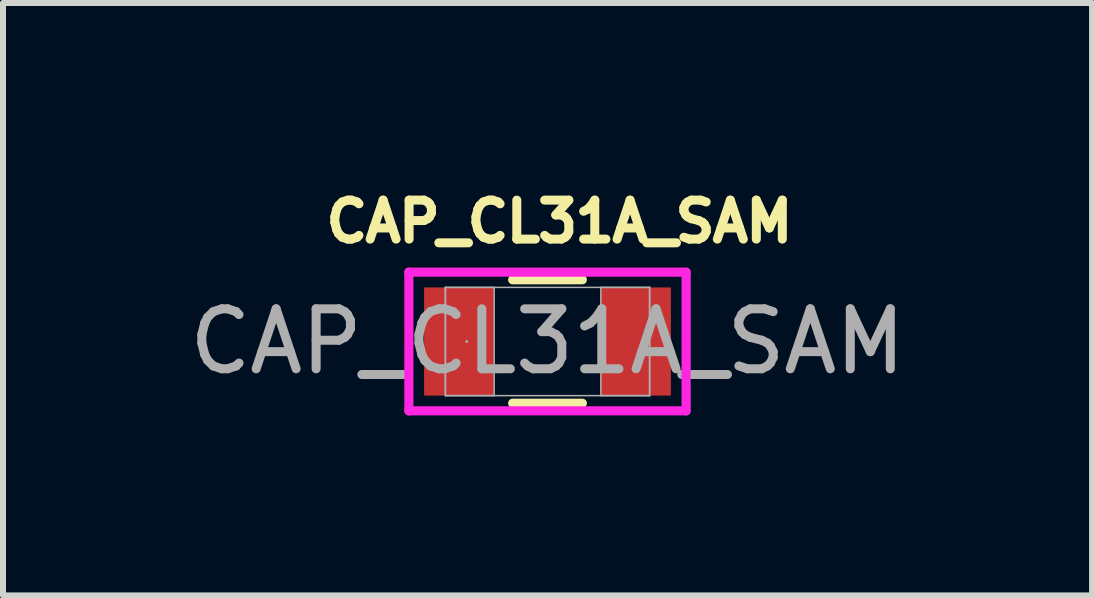
<source format=kicad_pcb>
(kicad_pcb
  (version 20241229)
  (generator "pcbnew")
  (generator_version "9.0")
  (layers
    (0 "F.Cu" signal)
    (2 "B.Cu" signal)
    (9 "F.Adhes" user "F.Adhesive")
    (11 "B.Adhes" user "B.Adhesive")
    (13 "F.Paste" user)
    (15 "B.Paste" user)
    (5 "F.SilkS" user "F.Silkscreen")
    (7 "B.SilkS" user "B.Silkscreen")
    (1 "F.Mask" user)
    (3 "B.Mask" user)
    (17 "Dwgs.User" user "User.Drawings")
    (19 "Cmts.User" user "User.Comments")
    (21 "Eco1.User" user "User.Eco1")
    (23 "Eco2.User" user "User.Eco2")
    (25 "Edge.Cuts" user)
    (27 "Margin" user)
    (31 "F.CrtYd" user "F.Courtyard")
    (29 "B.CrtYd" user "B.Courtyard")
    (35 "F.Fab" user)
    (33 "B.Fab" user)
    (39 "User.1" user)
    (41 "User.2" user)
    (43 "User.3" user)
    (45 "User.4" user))
  (footprint "CAP_CL31A_SAM"
    (layer "F.Cu")
    (at 6.077 2.643)
    (property "Reference" "CAP_CL31A_SAM" (at 0.2 -2 0) (unlocked yes) (layer "F.SilkS") (effects (font (size 0.65 0.65) (thickness 0.15))))
    (attr smd)
    (fp_line (start -0.581 1.029) (end 0.581 1.029) (stroke (width 0.152) (type solid)) (layer "F.SilkS"))
    (fp_line (start 0.581 -1.029) (end -0.581 -1.029) (stroke (width 0.152) (type solid)) (layer "F.SilkS"))
    (fp_line (start -2.311 -1.156) (end 2.311 -1.156) (stroke (width 0.152) (type solid)) (layer "F.CrtYd"))
    (fp_line (start -2.311 1.156) (end -2.311 -1.156) (stroke (width 0.152) (type solid)) (layer "F.CrtYd"))
    (fp_line (start 2.311 -1.156) (end 2.311 1.156) (stroke (width 0.152) (type solid)) (layer "F.CrtYd"))
    (fp_line (start 2.311 1.156) (end -2.311 1.156) (stroke (width 0.152) (type solid)) (layer "F.CrtYd"))
    (fp_line (start -1.702 -0.902) (end -1.702 0.902) (stroke (width 0.025) (type solid)) (layer "F.Fab"))
    (fp_line (start -1.702 -0.902) (end -1.702 0.902) (stroke (width 0.025) (type solid)) (layer "F.Fab"))
    (fp_line (start -1.702 0.902) (end -0.889 0.902) (stroke (width 0.025) (type solid)) (layer "F.Fab"))
    (fp_line (start -1.702 0.902) (end 1.702 0.902) (stroke (width 0.025) (type solid)) (layer "F.Fab"))
    (fp_line (start -0.889 -0.902) (end -1.702 -0.902) (stroke (width 0.025) (type solid)) (layer "F.Fab"))
    (fp_line (start -0.889 0.902) (end -0.889 -0.902) (stroke (width 0.025) (type solid)) (layer "F.Fab"))
    (fp_line (start 0.889 -0.902) (end 0.889 0.902) (stroke (width 0.025) (type solid)) (layer "F.Fab"))
    (fp_line (start 0.889 0.902) (end 1.702 0.902) (stroke (width 0.025) (type solid)) (layer "F.Fab"))
    (fp_line (start 1.702 -0.902) (end -1.702 -0.902) (stroke (width 0.025) (type solid)) (layer "F.Fab"))
    (fp_line (start 1.702 -0.902) (end 0.889 -0.902) (stroke (width 0.025) (type solid)) (layer "F.Fab"))
    (fp_line (start 1.702 0.902) (end 1.702 -0.902) (stroke (width 0.025) (type solid)) (layer "F.Fab"))
    (fp_line (start 1.702 0.902) (end 1.702 -0.902) (stroke (width 0.025) (type solid)) (layer "F.Fab"))
    (fp_circle (center -1.346 0) (end -1.346 0) (stroke (width 0.025) (type solid)) (fill no) (layer "F.Fab"))
    (fp_text user "${REFERENCE}" (at 0 0 0) (unlocked yes) (layer "F.Fab") (effects (font (size 1 1) (thickness 0.15))))
    (pad "1" smd rect (at -1.473 0) (size 1.168 1.803) (layers "F.Cu" "F.Mask" "F.Paste"))
    (pad "2" smd rect (at 1.473 0) (size 1.168 1.803) (layers "F.Cu" "F.Mask" "F.Paste"))
    (zone (net_name "") (layer "F.Cu") (hatch full 0.508) (connect_pads) (min_thickness 0.254) (filled_areas_thickness no) (keepout (tracks not_allowed) (vias not_allowed) (pads allowed) (copperpour not_allowed) (footprints allowed)) (placement (enabled no)) (fill) (polygon (pts (xy 5.239 1.793) (xy 6.916 1.793) (xy 6.916 3.494) (xy 5.239 3.494)))))
  (gr_rect
    (start -3 -3)
    (end 15.155 6.875)
    (stroke (width 0.1) (type default))
    (fill no)
    (layer "Edge.Cuts")))
</source>
